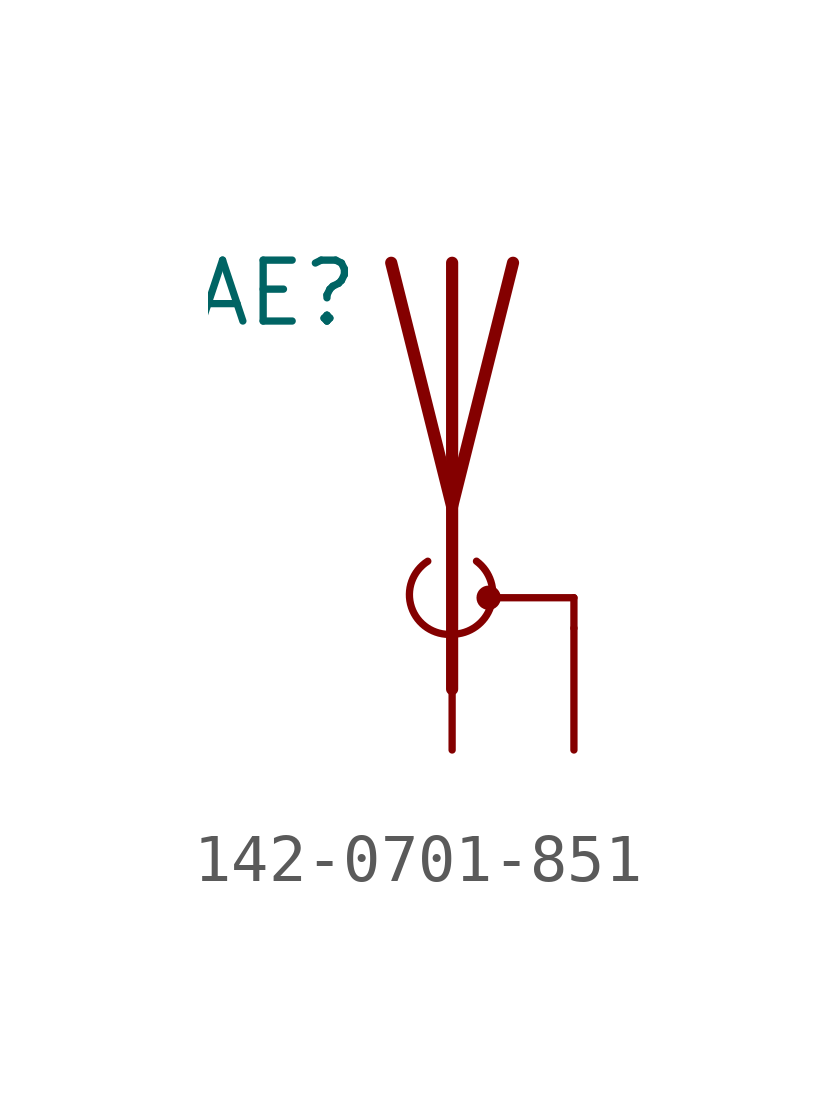
<source format=kicad_sym>
(kicad_symbol_lib
  (version 20211014)
  (generator kicad_symbol_editor)
  (symbol "142-0701-851"
    (pin_numbers hide)
    (pin_names
      (offset 1.016) hide)
    (property "Reference" "AE"
      (at -1.905 4.445 0)
      (effects (font (size 1.27 1.27)) (justify right)))
    (symbol "142-0701-851_0_1"
      (arc (start -0.508 -1.143) (mid -0.8429 -2.1194) (end 0 -2.667) (stroke (width 0) (type default) (color 0 0 0 0)) (fill (type none)))
      (arc (start 0 -2.667) (mid 0.7989 -2.1052) (end 0.508 -1.143) (stroke (width 0) (type default) (color 0 0 0 0)) (fill (type none)))
      (polyline (pts (xy 0 -2.54) (xy 0 0)) (stroke (width 0) (type default) (color 0 0 0 0)) (fill (type none)))
      (polyline (pts (xy 0 5.08) (xy 0 -3.81)) (stroke (width 0.254) (type default) (color 0 0 0 0)) (fill (type none)))
      (polyline (pts (xy 0.762 -1.905) (xy 2.54 -1.905)) (stroke (width 0) (type default) (color 0 0 0 0)) (fill (type none)))
      (polyline (pts (xy 2.54 -2.54) (xy 2.54 -1.905)) (stroke (width 0) (type default) (color 0 0 0 0)) (fill (type none)))
      (polyline (pts (xy 1.27 5.08) (xy 0 0) (xy -1.27 5.08)) (stroke (width 0.254) (type default) (color 0 0 0 0)) (fill (type none)))
      (circle (center 0.762 -1.905) (radius 0.178) (stroke (width 0) (type default) (color 0 0 0 0)) (fill (type outline))))
    (symbol "142-0701-851_1_1"
      (pin input line (at 0 -5.08 90) (length 2.54) (name "A" (effects (font (size 1.27 1.27)))) (number "1" (effects (font (size 1.27 1.27)))))
      (pin input line (at 2.54 -5.08 90) (length 2.54) (name "Shield" (effects (font (size 1.27 1.27)))) (number "2" (effects (font (size 1.27 1.27))))))))
</source>
